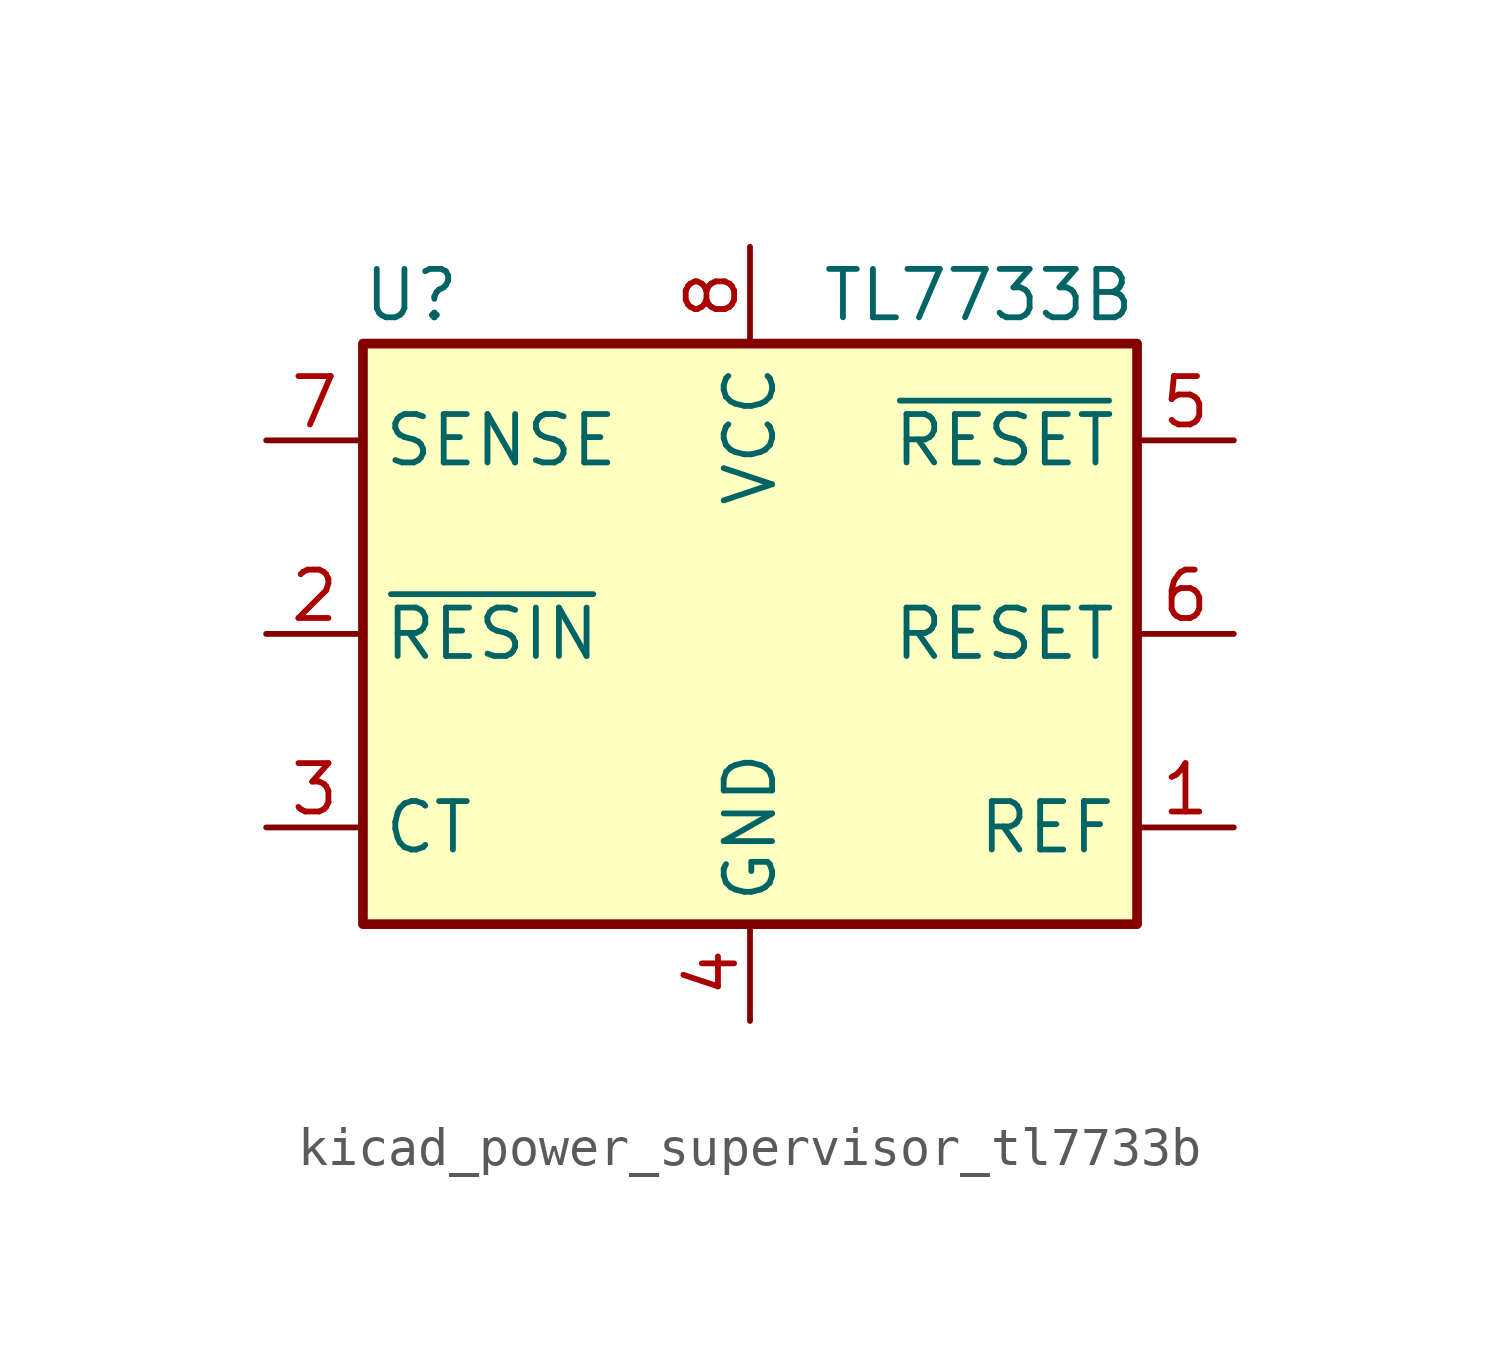
<source format=kicad_sym>
(kicad_symbol_lib
  (version 20220914)
  (generator kicad_symbol_editor)
  (symbol "kicad_power_supervisor_tl7733b"
    (property "Reference" "U"
      (at -8.89 8.89 0)
      (effects (font (size 1.27 1.27))))
    (property "Value" "TL7733B"
      (at 10.16 8.89 0)
      (effects (font (size 1.27 1.27)) (justify right)))
    (symbol "kicad_power_supervisor_tl7733b_0_1"
      (rectangle (start -10.16 7.62) (end 10.16 -7.62) (stroke (width 0.254) (type default)) (fill (type background))))
    (symbol "kicad_power_supervisor_tl7733b_1_1"
      (pin output line (at 12.7 -5.08 180) (length 2.54) (name "REF" (effects (font (size 1.27 1.27)))) (number "1" (effects (font (size 1.27 1.27)))))
      (pin input line (at -12.7 0 0) (length 2.54) (name "~{RESIN}" (effects (font (size 1.27 1.27)))) (number "2" (effects (font (size 1.27 1.27)))))
      (pin passive line (at -12.7 -5.08 0) (length 2.54) (name "CT" (effects (font (size 1.27 1.27)))) (number "3" (effects (font (size 1.27 1.27)))))
      (pin power_in line (at 0 -10.16 90) (length 2.54) (name "GND" (effects (font (size 1.27 1.27)))) (number "4" (effects (font (size 1.27 1.27)))))
      (pin open_collector line (at 12.7 5.08 180) (length 2.54) (name "~{RESET}" (effects (font (size 1.27 1.27)))) (number "5" (effects (font (size 1.27 1.27)))))
      (pin open_collector line (at 12.7 0 180) (length 2.54) (name "RESET" (effects (font (size 1.27 1.27)))) (number "6" (effects (font (size 1.27 1.27)))))
      (pin input line (at -12.7 5.08 0) (length 2.54) (name "SENSE" (effects (font (size 1.27 1.27)))) (number "7" (effects (font (size 1.27 1.27)))))
      (pin power_in line (at 0 10.16 270) (length 2.54) (name "VCC" (effects (font (size 1.27 1.27)))) (number "8" (effects (font (size 1.27 1.27))))))))
</source>
